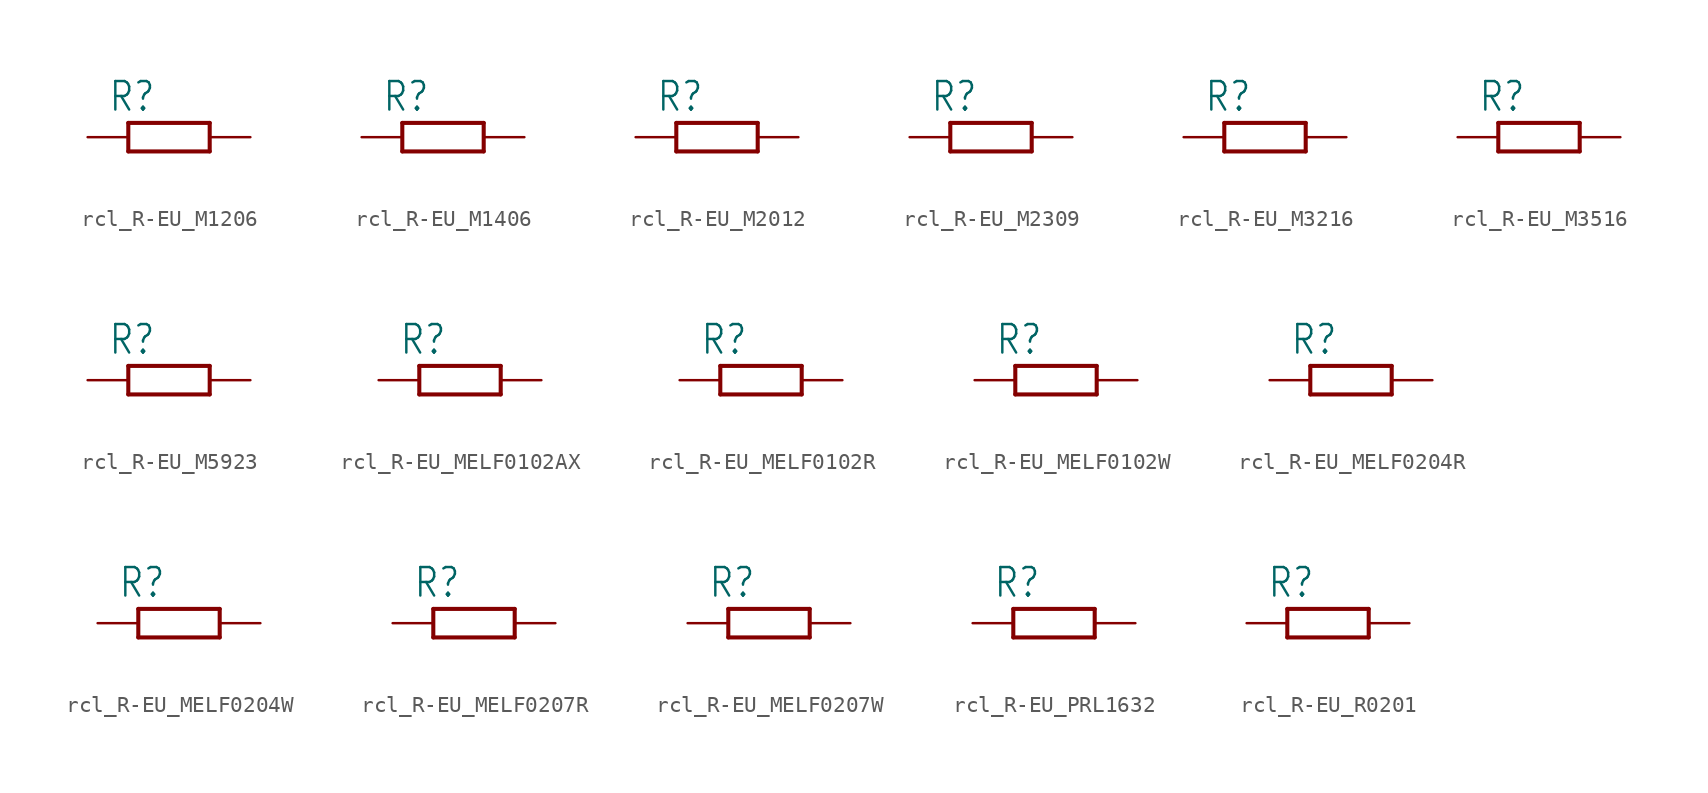
<source format=kicad_sym>
(kicad_symbol_lib
  (version 20231120)
  (generator "kicad_symbol_editor")
  (generator_version "8.0")
  (symbol "rcl_R-EU_M1206"
    (property "Reference" "R"
      (at -3.81 1.499 0)
      (effects (font (size 1.778 1.511)) (justify left bottom)))
    (property "Value" ""
      (at -3.81 -3.302 0)
      (effects (font (size 1.778 1.511)) (justify left bottom)))
    (property "ki_locked" ""
      (at 0 0 0)
      (effects (font (size 1.27 1.27))))
    (symbol "rcl_R-EU_M1206_1_0"
      (polyline (pts (xy -2.54 -0.889) (xy -2.54 0.889)) (stroke (width 0.254) (type solid)) (fill (type none)))
      (polyline (pts (xy -2.54 -0.889) (xy 2.54 -0.889)) (stroke (width 0.254) (type solid)) (fill (type none)))
      (polyline (pts (xy 2.54 -0.889) (xy 2.54 0.889)) (stroke (width 0.254) (type solid)) (fill (type none)))
      (polyline (pts (xy 2.54 0.889) (xy -2.54 0.889)) (stroke (width 0.254) (type solid)) (fill (type none)))
      (pin passive line (at -5.08 0 0) (length 2.54) (name "1" (effects (font (size 0 0)))) (number "1" (effects (font (size 0 0)))))
      (pin passive line (at 5.08 0 180) (length 2.54) (name "2" (effects (font (size 0 0)))) (number "2" (effects (font (size 0 0)))))))
  (symbol "rcl_R-EU_M1406"
    (property "Reference" "R"
      (at -3.81 1.499 0)
      (effects (font (size 1.778 1.511)) (justify left bottom)))
    (property "Value" ""
      (at -3.81 -3.302 0)
      (effects (font (size 1.778 1.511)) (justify left bottom)))
    (property "ki_locked" ""
      (at 0 0 0)
      (effects (font (size 1.27 1.27))))
    (symbol "rcl_R-EU_M1406_1_0"
      (polyline (pts (xy -2.54 -0.889) (xy -2.54 0.889)) (stroke (width 0.254) (type solid)) (fill (type none)))
      (polyline (pts (xy -2.54 -0.889) (xy 2.54 -0.889)) (stroke (width 0.254) (type solid)) (fill (type none)))
      (polyline (pts (xy 2.54 -0.889) (xy 2.54 0.889)) (stroke (width 0.254) (type solid)) (fill (type none)))
      (polyline (pts (xy 2.54 0.889) (xy -2.54 0.889)) (stroke (width 0.254) (type solid)) (fill (type none)))
      (pin passive line (at -5.08 0 0) (length 2.54) (name "1" (effects (font (size 0 0)))) (number "1" (effects (font (size 0 0)))))
      (pin passive line (at 5.08 0 180) (length 2.54) (name "2" (effects (font (size 0 0)))) (number "2" (effects (font (size 0 0)))))))
  (symbol "rcl_R-EU_M2012"
    (property "Reference" "R"
      (at -3.81 1.499 0)
      (effects (font (size 1.778 1.511)) (justify left bottom)))
    (property "Value" ""
      (at -3.81 -3.302 0)
      (effects (font (size 1.778 1.511)) (justify left bottom)))
    (property "ki_locked" ""
      (at 0 0 0)
      (effects (font (size 1.27 1.27))))
    (symbol "rcl_R-EU_M2012_1_0"
      (polyline (pts (xy -2.54 -0.889) (xy -2.54 0.889)) (stroke (width 0.254) (type solid)) (fill (type none)))
      (polyline (pts (xy -2.54 -0.889) (xy 2.54 -0.889)) (stroke (width 0.254) (type solid)) (fill (type none)))
      (polyline (pts (xy 2.54 -0.889) (xy 2.54 0.889)) (stroke (width 0.254) (type solid)) (fill (type none)))
      (polyline (pts (xy 2.54 0.889) (xy -2.54 0.889)) (stroke (width 0.254) (type solid)) (fill (type none)))
      (pin passive line (at -5.08 0 0) (length 2.54) (name "1" (effects (font (size 0 0)))) (number "1" (effects (font (size 0 0)))))
      (pin passive line (at 5.08 0 180) (length 2.54) (name "2" (effects (font (size 0 0)))) (number "2" (effects (font (size 0 0)))))))
  (symbol "rcl_R-EU_M2309"
    (property "Reference" "R"
      (at -3.81 1.499 0)
      (effects (font (size 1.778 1.511)) (justify left bottom)))
    (property "Value" ""
      (at -3.81 -3.302 0)
      (effects (font (size 1.778 1.511)) (justify left bottom)))
    (property "ki_locked" ""
      (at 0 0 0)
      (effects (font (size 1.27 1.27))))
    (symbol "rcl_R-EU_M2309_1_0"
      (polyline (pts (xy -2.54 -0.889) (xy -2.54 0.889)) (stroke (width 0.254) (type solid)) (fill (type none)))
      (polyline (pts (xy -2.54 -0.889) (xy 2.54 -0.889)) (stroke (width 0.254) (type solid)) (fill (type none)))
      (polyline (pts (xy 2.54 -0.889) (xy 2.54 0.889)) (stroke (width 0.254) (type solid)) (fill (type none)))
      (polyline (pts (xy 2.54 0.889) (xy -2.54 0.889)) (stroke (width 0.254) (type solid)) (fill (type none)))
      (pin passive line (at -5.08 0 0) (length 2.54) (name "1" (effects (font (size 0 0)))) (number "1" (effects (font (size 0 0)))))
      (pin passive line (at 5.08 0 180) (length 2.54) (name "2" (effects (font (size 0 0)))) (number "2" (effects (font (size 0 0)))))))
  (symbol "rcl_R-EU_M3216"
    (property "Reference" "R"
      (at -3.81 1.499 0)
      (effects (font (size 1.778 1.511)) (justify left bottom)))
    (property "Value" ""
      (at -3.81 -3.302 0)
      (effects (font (size 1.778 1.511)) (justify left bottom)))
    (property "ki_locked" ""
      (at 0 0 0)
      (effects (font (size 1.27 1.27))))
    (symbol "rcl_R-EU_M3216_1_0"
      (polyline (pts (xy -2.54 -0.889) (xy -2.54 0.889)) (stroke (width 0.254) (type solid)) (fill (type none)))
      (polyline (pts (xy -2.54 -0.889) (xy 2.54 -0.889)) (stroke (width 0.254) (type solid)) (fill (type none)))
      (polyline (pts (xy 2.54 -0.889) (xy 2.54 0.889)) (stroke (width 0.254) (type solid)) (fill (type none)))
      (polyline (pts (xy 2.54 0.889) (xy -2.54 0.889)) (stroke (width 0.254) (type solid)) (fill (type none)))
      (pin passive line (at -5.08 0 0) (length 2.54) (name "1" (effects (font (size 0 0)))) (number "1" (effects (font (size 0 0)))))
      (pin passive line (at 5.08 0 180) (length 2.54) (name "2" (effects (font (size 0 0)))) (number "2" (effects (font (size 0 0)))))))
  (symbol "rcl_R-EU_M3516"
    (property "Reference" "R"
      (at -3.81 1.499 0)
      (effects (font (size 1.778 1.511)) (justify left bottom)))
    (property "Value" ""
      (at -3.81 -3.302 0)
      (effects (font (size 1.778 1.511)) (justify left bottom)))
    (property "ki_locked" ""
      (at 0 0 0)
      (effects (font (size 1.27 1.27))))
    (symbol "rcl_R-EU_M3516_1_0"
      (polyline (pts (xy -2.54 -0.889) (xy -2.54 0.889)) (stroke (width 0.254) (type solid)) (fill (type none)))
      (polyline (pts (xy -2.54 -0.889) (xy 2.54 -0.889)) (stroke (width 0.254) (type solid)) (fill (type none)))
      (polyline (pts (xy 2.54 -0.889) (xy 2.54 0.889)) (stroke (width 0.254) (type solid)) (fill (type none)))
      (polyline (pts (xy 2.54 0.889) (xy -2.54 0.889)) (stroke (width 0.254) (type solid)) (fill (type none)))
      (pin passive line (at -5.08 0 0) (length 2.54) (name "1" (effects (font (size 0 0)))) (number "1" (effects (font (size 0 0)))))
      (pin passive line (at 5.08 0 180) (length 2.54) (name "2" (effects (font (size 0 0)))) (number "2" (effects (font (size 0 0)))))))
  (symbol "rcl_R-EU_M5923"
    (property "Reference" "R"
      (at -3.81 1.499 0)
      (effects (font (size 1.778 1.511)) (justify left bottom)))
    (property "Value" ""
      (at -3.81 -3.302 0)
      (effects (font (size 1.778 1.511)) (justify left bottom)))
    (property "ki_locked" ""
      (at 0 0 0)
      (effects (font (size 1.27 1.27))))
    (symbol "rcl_R-EU_M5923_1_0"
      (polyline (pts (xy -2.54 -0.889) (xy -2.54 0.889)) (stroke (width 0.254) (type solid)) (fill (type none)))
      (polyline (pts (xy -2.54 -0.889) (xy 2.54 -0.889)) (stroke (width 0.254) (type solid)) (fill (type none)))
      (polyline (pts (xy 2.54 -0.889) (xy 2.54 0.889)) (stroke (width 0.254) (type solid)) (fill (type none)))
      (polyline (pts (xy 2.54 0.889) (xy -2.54 0.889)) (stroke (width 0.254) (type solid)) (fill (type none)))
      (pin passive line (at -5.08 0 0) (length 2.54) (name "1" (effects (font (size 0 0)))) (number "1" (effects (font (size 0 0)))))
      (pin passive line (at 5.08 0 180) (length 2.54) (name "2" (effects (font (size 0 0)))) (number "2" (effects (font (size 0 0)))))))
  (symbol "rcl_R-EU_MELF0102AX"
    (property "Reference" "R"
      (at -3.81 1.499 0)
      (effects (font (size 1.778 1.511)) (justify left bottom)))
    (property "Value" ""
      (at -3.81 -3.302 0)
      (effects (font (size 1.778 1.511)) (justify left bottom)))
    (property "ki_locked" ""
      (at 0 0 0)
      (effects (font (size 1.27 1.27))))
    (symbol "rcl_R-EU_MELF0102AX_1_0"
      (polyline (pts (xy -2.54 -0.889) (xy -2.54 0.889)) (stroke (width 0.254) (type solid)) (fill (type none)))
      (polyline (pts (xy -2.54 -0.889) (xy 2.54 -0.889)) (stroke (width 0.254) (type solid)) (fill (type none)))
      (polyline (pts (xy 2.54 -0.889) (xy 2.54 0.889)) (stroke (width 0.254) (type solid)) (fill (type none)))
      (polyline (pts (xy 2.54 0.889) (xy -2.54 0.889)) (stroke (width 0.254) (type solid)) (fill (type none)))
      (pin passive line (at -5.08 0 0) (length 2.54) (name "1" (effects (font (size 0 0)))) (number "1" (effects (font (size 0 0)))))
      (pin passive line (at 5.08 0 180) (length 2.54) (name "2" (effects (font (size 0 0)))) (number "2" (effects (font (size 0 0)))))))
  (symbol "rcl_R-EU_MELF0102R"
    (property "Reference" "R"
      (at -3.81 1.499 0)
      (effects (font (size 1.778 1.511)) (justify left bottom)))
    (property "Value" ""
      (at -3.81 -3.302 0)
      (effects (font (size 1.778 1.511)) (justify left bottom)))
    (property "ki_locked" ""
      (at 0 0 0)
      (effects (font (size 1.27 1.27))))
    (symbol "rcl_R-EU_MELF0102R_1_0"
      (polyline (pts (xy -2.54 -0.889) (xy -2.54 0.889)) (stroke (width 0.254) (type solid)) (fill (type none)))
      (polyline (pts (xy -2.54 -0.889) (xy 2.54 -0.889)) (stroke (width 0.254) (type solid)) (fill (type none)))
      (polyline (pts (xy 2.54 -0.889) (xy 2.54 0.889)) (stroke (width 0.254) (type solid)) (fill (type none)))
      (polyline (pts (xy 2.54 0.889) (xy -2.54 0.889)) (stroke (width 0.254) (type solid)) (fill (type none)))
      (pin passive line (at -5.08 0 0) (length 2.54) (name "1" (effects (font (size 0 0)))) (number "1" (effects (font (size 0 0)))))
      (pin passive line (at 5.08 0 180) (length 2.54) (name "2" (effects (font (size 0 0)))) (number "2" (effects (font (size 0 0)))))))
  (symbol "rcl_R-EU_MELF0102W"
    (property "Reference" "R"
      (at -3.81 1.499 0)
      (effects (font (size 1.778 1.511)) (justify left bottom)))
    (property "Value" ""
      (at -3.81 -3.302 0)
      (effects (font (size 1.778 1.511)) (justify left bottom)))
    (property "ki_locked" ""
      (at 0 0 0)
      (effects (font (size 1.27 1.27))))
    (symbol "rcl_R-EU_MELF0102W_1_0"
      (polyline (pts (xy -2.54 -0.889) (xy -2.54 0.889)) (stroke (width 0.254) (type solid)) (fill (type none)))
      (polyline (pts (xy -2.54 -0.889) (xy 2.54 -0.889)) (stroke (width 0.254) (type solid)) (fill (type none)))
      (polyline (pts (xy 2.54 -0.889) (xy 2.54 0.889)) (stroke (width 0.254) (type solid)) (fill (type none)))
      (polyline (pts (xy 2.54 0.889) (xy -2.54 0.889)) (stroke (width 0.254) (type solid)) (fill (type none)))
      (pin passive line (at -5.08 0 0) (length 2.54) (name "1" (effects (font (size 0 0)))) (number "1" (effects (font (size 0 0)))))
      (pin passive line (at 5.08 0 180) (length 2.54) (name "2" (effects (font (size 0 0)))) (number "2" (effects (font (size 0 0)))))))
  (symbol "rcl_R-EU_MELF0204R"
    (property "Reference" "R"
      (at -3.81 1.499 0)
      (effects (font (size 1.778 1.511)) (justify left bottom)))
    (property "Value" ""
      (at -3.81 -3.302 0)
      (effects (font (size 1.778 1.511)) (justify left bottom)))
    (property "ki_locked" ""
      (at 0 0 0)
      (effects (font (size 1.27 1.27))))
    (symbol "rcl_R-EU_MELF0204R_1_0"
      (polyline (pts (xy -2.54 -0.889) (xy -2.54 0.889)) (stroke (width 0.254) (type solid)) (fill (type none)))
      (polyline (pts (xy -2.54 -0.889) (xy 2.54 -0.889)) (stroke (width 0.254) (type solid)) (fill (type none)))
      (polyline (pts (xy 2.54 -0.889) (xy 2.54 0.889)) (stroke (width 0.254) (type solid)) (fill (type none)))
      (polyline (pts (xy 2.54 0.889) (xy -2.54 0.889)) (stroke (width 0.254) (type solid)) (fill (type none)))
      (pin passive line (at -5.08 0 0) (length 2.54) (name "1" (effects (font (size 0 0)))) (number "1" (effects (font (size 0 0)))))
      (pin passive line (at 5.08 0 180) (length 2.54) (name "2" (effects (font (size 0 0)))) (number "2" (effects (font (size 0 0)))))))
  (symbol "rcl_R-EU_MELF0204W"
    (property "Reference" "R"
      (at -3.81 1.499 0)
      (effects (font (size 1.778 1.511)) (justify left bottom)))
    (property "Value" ""
      (at -3.81 -3.302 0)
      (effects (font (size 1.778 1.511)) (justify left bottom)))
    (property "ki_locked" ""
      (at 0 0 0)
      (effects (font (size 1.27 1.27))))
    (symbol "rcl_R-EU_MELF0204W_1_0"
      (polyline (pts (xy -2.54 -0.889) (xy -2.54 0.889)) (stroke (width 0.254) (type solid)) (fill (type none)))
      (polyline (pts (xy -2.54 -0.889) (xy 2.54 -0.889)) (stroke (width 0.254) (type solid)) (fill (type none)))
      (polyline (pts (xy 2.54 -0.889) (xy 2.54 0.889)) (stroke (width 0.254) (type solid)) (fill (type none)))
      (polyline (pts (xy 2.54 0.889) (xy -2.54 0.889)) (stroke (width 0.254) (type solid)) (fill (type none)))
      (pin passive line (at -5.08 0 0) (length 2.54) (name "1" (effects (font (size 0 0)))) (number "1" (effects (font (size 0 0)))))
      (pin passive line (at 5.08 0 180) (length 2.54) (name "2" (effects (font (size 0 0)))) (number "2" (effects (font (size 0 0)))))))
  (symbol "rcl_R-EU_MELF0207R"
    (property "Reference" "R"
      (at -3.81 1.499 0)
      (effects (font (size 1.778 1.511)) (justify left bottom)))
    (property "Value" ""
      (at -3.81 -3.302 0)
      (effects (font (size 1.778 1.511)) (justify left bottom)))
    (property "ki_locked" ""
      (at 0 0 0)
      (effects (font (size 1.27 1.27))))
    (symbol "rcl_R-EU_MELF0207R_1_0"
      (polyline (pts (xy -2.54 -0.889) (xy -2.54 0.889)) (stroke (width 0.254) (type solid)) (fill (type none)))
      (polyline (pts (xy -2.54 -0.889) (xy 2.54 -0.889)) (stroke (width 0.254) (type solid)) (fill (type none)))
      (polyline (pts (xy 2.54 -0.889) (xy 2.54 0.889)) (stroke (width 0.254) (type solid)) (fill (type none)))
      (polyline (pts (xy 2.54 0.889) (xy -2.54 0.889)) (stroke (width 0.254) (type solid)) (fill (type none)))
      (pin passive line (at -5.08 0 0) (length 2.54) (name "1" (effects (font (size 0 0)))) (number "1" (effects (font (size 0 0)))))
      (pin passive line (at 5.08 0 180) (length 2.54) (name "2" (effects (font (size 0 0)))) (number "2" (effects (font (size 0 0)))))))
  (symbol "rcl_R-EU_MELF0207W"
    (property "Reference" "R"
      (at -3.81 1.499 0)
      (effects (font (size 1.778 1.511)) (justify left bottom)))
    (property "Value" ""
      (at -3.81 -3.302 0)
      (effects (font (size 1.778 1.511)) (justify left bottom)))
    (property "ki_locked" ""
      (at 0 0 0)
      (effects (font (size 1.27 1.27))))
    (symbol "rcl_R-EU_MELF0207W_1_0"
      (polyline (pts (xy -2.54 -0.889) (xy -2.54 0.889)) (stroke (width 0.254) (type solid)) (fill (type none)))
      (polyline (pts (xy -2.54 -0.889) (xy 2.54 -0.889)) (stroke (width 0.254) (type solid)) (fill (type none)))
      (polyline (pts (xy 2.54 -0.889) (xy 2.54 0.889)) (stroke (width 0.254) (type solid)) (fill (type none)))
      (polyline (pts (xy 2.54 0.889) (xy -2.54 0.889)) (stroke (width 0.254) (type solid)) (fill (type none)))
      (pin passive line (at -5.08 0 0) (length 2.54) (name "1" (effects (font (size 0 0)))) (number "1" (effects (font (size 0 0)))))
      (pin passive line (at 5.08 0 180) (length 2.54) (name "2" (effects (font (size 0 0)))) (number "2" (effects (font (size 0 0)))))))
  (symbol "rcl_R-EU_PRL1632"
    (property "Reference" "R"
      (at -3.81 1.499 0)
      (effects (font (size 1.778 1.511)) (justify left bottom)))
    (property "Value" ""
      (at -3.81 -3.302 0)
      (effects (font (size 1.778 1.511)) (justify left bottom)))
    (property "ki_locked" ""
      (at 0 0 0)
      (effects (font (size 1.27 1.27))))
    (symbol "rcl_R-EU_PRL1632_1_0"
      (polyline (pts (xy -2.54 -0.889) (xy -2.54 0.889)) (stroke (width 0.254) (type solid)) (fill (type none)))
      (polyline (pts (xy -2.54 -0.889) (xy 2.54 -0.889)) (stroke (width 0.254) (type solid)) (fill (type none)))
      (polyline (pts (xy 2.54 -0.889) (xy 2.54 0.889)) (stroke (width 0.254) (type solid)) (fill (type none)))
      (polyline (pts (xy 2.54 0.889) (xy -2.54 0.889)) (stroke (width 0.254) (type solid)) (fill (type none)))
      (pin passive line (at -5.08 0 0) (length 2.54) (name "1" (effects (font (size 0 0)))) (number "1" (effects (font (size 0 0)))))
      (pin passive line (at 5.08 0 180) (length 2.54) (name "2" (effects (font (size 0 0)))) (number "2" (effects (font (size 0 0)))))))
  (symbol "rcl_R-EU_R0201"
    (property "Reference" "R"
      (at -3.81 1.499 0)
      (effects (font (size 1.778 1.511)) (justify left bottom)))
    (property "Value" ""
      (at -3.81 -3.302 0)
      (effects (font (size 1.778 1.511)) (justify left bottom)))
    (property "ki_locked" ""
      (at 0 0 0)
      (effects (font (size 1.27 1.27))))
    (symbol "rcl_R-EU_R0201_1_0"
      (polyline (pts (xy -2.54 -0.889) (xy -2.54 0.889)) (stroke (width 0.254) (type solid)) (fill (type none)))
      (polyline (pts (xy -2.54 -0.889) (xy 2.54 -0.889)) (stroke (width 0.254) (type solid)) (fill (type none)))
      (polyline (pts (xy 2.54 -0.889) (xy 2.54 0.889)) (stroke (width 0.254) (type solid)) (fill (type none)))
      (polyline (pts (xy 2.54 0.889) (xy -2.54 0.889)) (stroke (width 0.254) (type solid)) (fill (type none)))
      (pin passive line (at -5.08 0 0) (length 2.54) (name "1" (effects (font (size 0 0)))) (number "1" (effects (font (size 0 0)))))
      (pin passive line (at 5.08 0 180) (length 2.54) (name "2" (effects (font (size 0 0)))) (number "2" (effects (font (size 0 0))))))))
</source>
